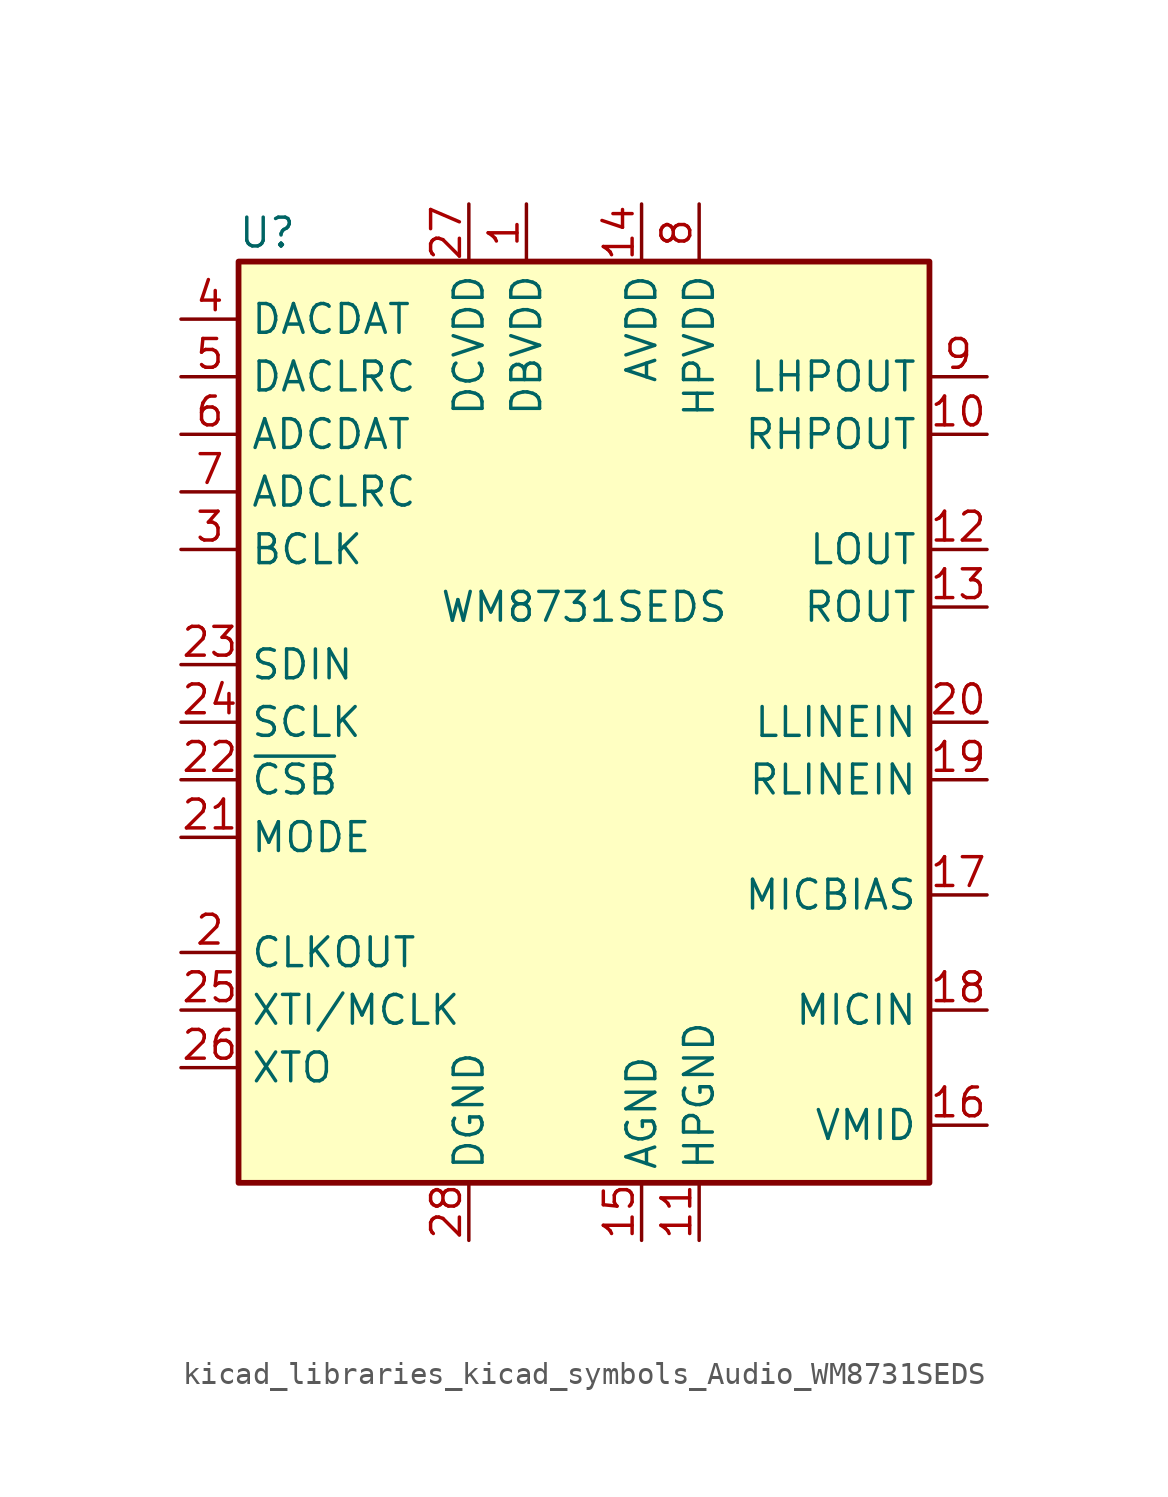
<source format=kicad_sym>
(kicad_symbol_lib
  (version 20220914)
  (generator kicad_symbol_editor)
  (symbol "kicad_libraries_kicad_symbols_Audio_WM8731SEDS"
    (property "Reference" "U"
      (at -13.97 21.59 0)
      (effects (font (size 1.27 1.27))))
    (property "Value" "WM8731SEDS"
      (at 0 5.08 0)
      (effects (font (size 1.27 1.27))))
    (symbol "kicad_libraries_kicad_symbols_Audio_WM8731SEDS_0_1"
      (rectangle (start -15.24 20.32) (end 15.24 -20.32) (stroke (width 0.254) (type default)) (fill (type background))))
    (symbol "kicad_libraries_kicad_symbols_Audio_WM8731SEDS_1_1"
      (pin power_in line (at -2.54 22.86 270) (length 2.54) (name "DBVDD" (effects (font (size 1.27 1.27)))) (number "1" (effects (font (size 1.27 1.27)))))
      (pin output line (at 17.78 12.7 180) (length 2.54) (name "RHPOUT" (effects (font (size 1.27 1.27)))) (number "10" (effects (font (size 1.27 1.27)))))
      (pin power_in line (at 5.08 -22.86 90) (length 2.54) (name "HPGND" (effects (font (size 1.27 1.27)))) (number "11" (effects (font (size 1.27 1.27)))))
      (pin output line (at 17.78 7.62 180) (length 2.54) (name "LOUT" (effects (font (size 1.27 1.27)))) (number "12" (effects (font (size 1.27 1.27)))))
      (pin output line (at 17.78 5.08 180) (length 2.54) (name "ROUT" (effects (font (size 1.27 1.27)))) (number "13" (effects (font (size 1.27 1.27)))))
      (pin power_in line (at 2.54 22.86 270) (length 2.54) (name "AVDD" (effects (font (size 1.27 1.27)))) (number "14" (effects (font (size 1.27 1.27)))))
      (pin power_in line (at 2.54 -22.86 90) (length 2.54) (name "AGND" (effects (font (size 1.27 1.27)))) (number "15" (effects (font (size 1.27 1.27)))))
      (pin passive line (at 17.78 -17.78 180) (length 2.54) (name "VMID" (effects (font (size 1.27 1.27)))) (number "16" (effects (font (size 1.27 1.27)))))
      (pin output line (at 17.78 -7.62 180) (length 2.54) (name "MICBIAS" (effects (font (size 1.27 1.27)))) (number "17" (effects (font (size 1.27 1.27)))))
      (pin input line (at 17.78 -12.7 180) (length 2.54) (name "MICIN" (effects (font (size 1.27 1.27)))) (number "18" (effects (font (size 1.27 1.27)))))
      (pin input line (at 17.78 -2.54 180) (length 2.54) (name "RLINEIN" (effects (font (size 1.27 1.27)))) (number "19" (effects (font (size 1.27 1.27)))))
      (pin output line (at -17.78 -10.16 0) (length 2.54) (name "CLKOUT" (effects (font (size 1.27 1.27)))) (number "2" (effects (font (size 1.27 1.27)))))
      (pin input line (at 17.78 0 180) (length 2.54) (name "LLINEIN" (effects (font (size 1.27 1.27)))) (number "20" (effects (font (size 1.27 1.27)))))
      (pin input line (at -17.78 -5.08 0) (length 2.54) (name "MODE" (effects (font (size 1.27 1.27)))) (number "21" (effects (font (size 1.27 1.27)))))
      (pin input line (at -17.78 -2.54 0) (length 2.54) (name "~{CSB}" (effects (font (size 1.27 1.27)))) (number "22" (effects (font (size 1.27 1.27)))))
      (pin bidirectional line (at -17.78 2.54 0) (length 2.54) (name "SDIN" (effects (font (size 1.27 1.27)))) (number "23" (effects (font (size 1.27 1.27)))))
      (pin input line (at -17.78 0 0) (length 2.54) (name "SCLK" (effects (font (size 1.27 1.27)))) (number "24" (effects (font (size 1.27 1.27)))))
      (pin input line (at -17.78 -12.7 0) (length 2.54) (name "XTI/MCLK" (effects (font (size 1.27 1.27)))) (number "25" (effects (font (size 1.27 1.27)))))
      (pin output line (at -17.78 -15.24 0) (length 2.54) (name "XTO" (effects (font (size 1.27 1.27)))) (number "26" (effects (font (size 1.27 1.27)))))
      (pin power_in line (at -5.08 22.86 270) (length 2.54) (name "DCVDD" (effects (font (size 1.27 1.27)))) (number "27" (effects (font (size 1.27 1.27)))))
      (pin power_in line (at -5.08 -22.86 90) (length 2.54) (name "DGND" (effects (font (size 1.27 1.27)))) (number "28" (effects (font (size 1.27 1.27)))))
      (pin bidirectional line (at -17.78 7.62 0) (length 2.54) (name "BCLK" (effects (font (size 1.27 1.27)))) (number "3" (effects (font (size 1.27 1.27)))))
      (pin input line (at -17.78 17.78 0) (length 2.54) (name "DACDAT" (effects (font (size 1.27 1.27)))) (number "4" (effects (font (size 1.27 1.27)))))
      (pin bidirectional line (at -17.78 15.24 0) (length 2.54) (name "DACLRC" (effects (font (size 1.27 1.27)))) (number "5" (effects (font (size 1.27 1.27)))))
      (pin output line (at -17.78 12.7 0) (length 2.54) (name "ADCDAT" (effects (font (size 1.27 1.27)))) (number "6" (effects (font (size 1.27 1.27)))))
      (pin bidirectional line (at -17.78 10.16 0) (length 2.54) (name "ADCLRC" (effects (font (size 1.27 1.27)))) (number "7" (effects (font (size 1.27 1.27)))))
      (pin power_in line (at 5.08 22.86 270) (length 2.54) (name "HPVDD" (effects (font (size 1.27 1.27)))) (number "8" (effects (font (size 1.27 1.27)))))
      (pin output line (at 17.78 15.24 180) (length 2.54) (name "LHPOUT" (effects (font (size 1.27 1.27)))) (number "9" (effects (font (size 1.27 1.27))))))))
</source>
